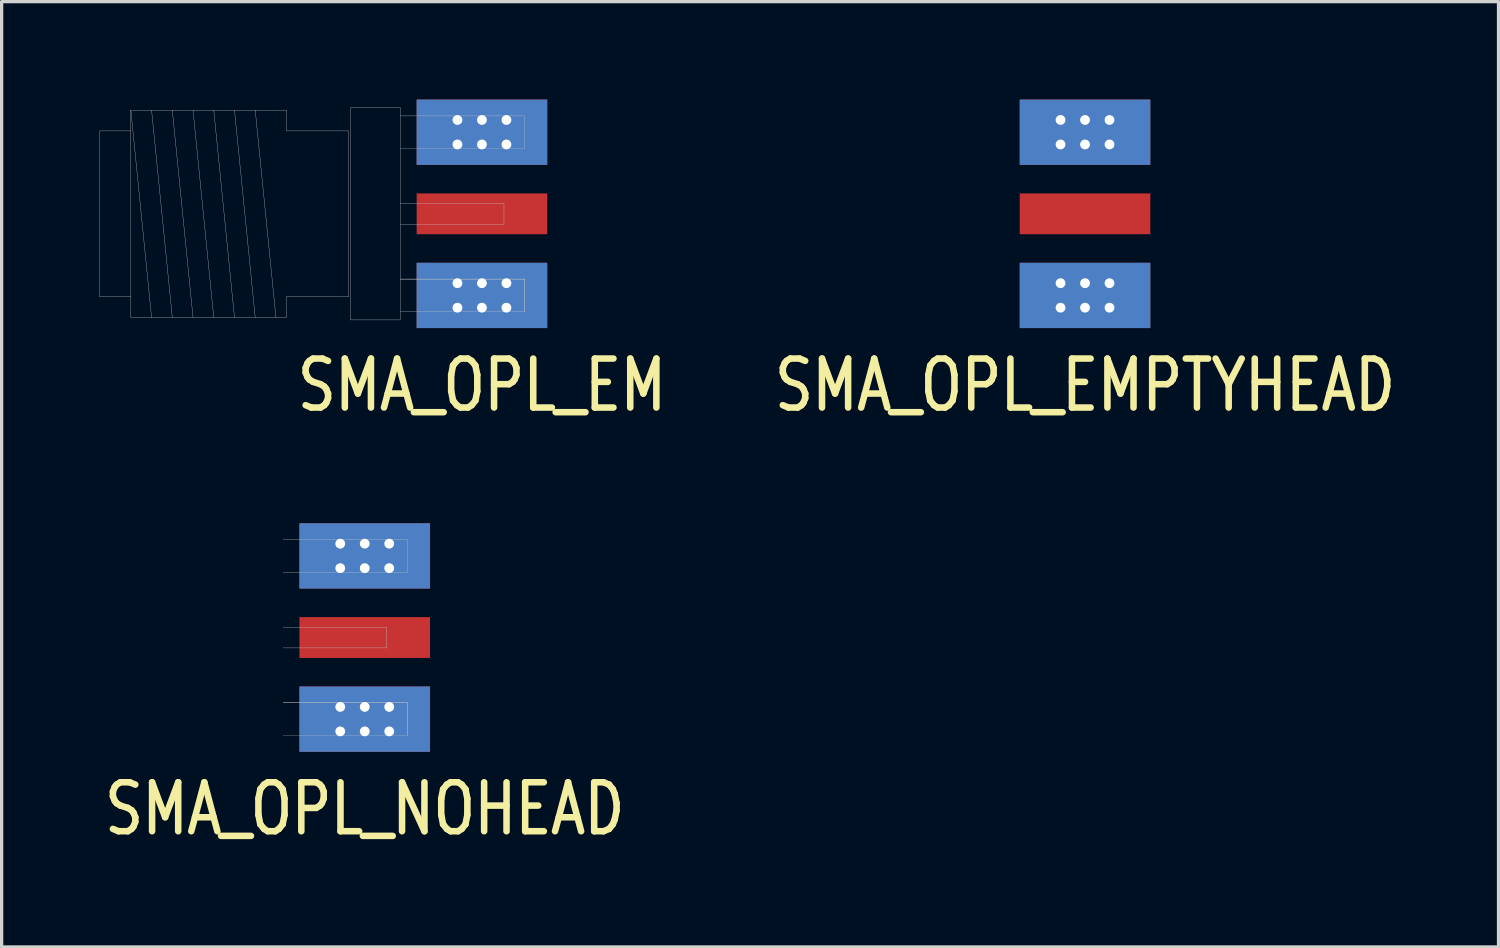
<source format=kicad_pcb>
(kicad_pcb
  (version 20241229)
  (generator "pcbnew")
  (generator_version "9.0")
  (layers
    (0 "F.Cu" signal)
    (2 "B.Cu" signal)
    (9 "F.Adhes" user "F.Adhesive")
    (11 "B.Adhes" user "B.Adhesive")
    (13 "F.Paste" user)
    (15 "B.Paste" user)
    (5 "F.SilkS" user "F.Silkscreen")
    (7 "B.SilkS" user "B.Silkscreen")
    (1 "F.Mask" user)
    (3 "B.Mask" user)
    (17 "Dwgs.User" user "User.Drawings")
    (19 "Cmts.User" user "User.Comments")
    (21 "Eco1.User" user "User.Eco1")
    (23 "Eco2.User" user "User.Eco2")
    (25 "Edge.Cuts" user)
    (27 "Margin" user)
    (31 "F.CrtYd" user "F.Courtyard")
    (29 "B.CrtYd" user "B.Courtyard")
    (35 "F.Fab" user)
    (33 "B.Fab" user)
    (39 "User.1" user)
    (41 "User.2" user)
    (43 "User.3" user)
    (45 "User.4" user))
  (footprint "SMA_OPL_NOHEAD"
    (layer "F.Cu")
    (at 5.623 16.479)
    (property "Reference" "SMA_OPL_NOHEAD" (at 2.5 5.25 0) (layer "F.SilkS") (effects (font (size 1.5 1.2) (thickness 0.2))))
    (attr through_hole)
    (fp_line (start 0 -3) (end 3.81 -3) (stroke (width 0.01) (type solid)) (layer "Dwgs.User"))
    (fp_line (start 0 -2) (end 3.81 -2) (stroke (width 0.01) (type solid)) (layer "Dwgs.User"))
    (fp_line (start 0 2) (end 3.81 2) (stroke (width 0.01) (type solid)) (layer "Dwgs.User"))
    (fp_line (start 0 2) (end 3.81 2) (stroke (width 0.01) (type solid)) (layer "Dwgs.User"))
    (fp_line (start 0 3) (end 3.81 3) (stroke (width 0.01) (type solid)) (layer "Dwgs.User"))
    (fp_line (start 3.175 -0.318) (end 0 -0.318) (stroke (width 0.01) (type solid)) (layer "Dwgs.User"))
    (fp_line (start 3.175 0.318) (end 0 0.318) (stroke (width 0.01) (type solid)) (layer "Dwgs.User"))
    (fp_line (start 3.175 0.318) (end 3.175 -0.318) (stroke (width 0.01) (type solid)) (layer "Dwgs.User"))
    (fp_line (start 3.81 -2) (end 3.81 -3) (stroke (width 0.01) (type solid)) (layer "Dwgs.User"))
    (fp_line (start 3.81 2) (end 3.81 3) (stroke (width 0.01) (type solid)) (layer "Dwgs.User"))
    (fp_line (start 3.81 2) (end 3.81 3) (stroke (width 0.01) (type solid)) (layer "Dwgs.User"))
    (pad "1" smd rect (at 2.5 0) (size 4 1.25) (layers "F.Cu" "F.Mask"))
    (pad "2" thru_hole circle (at 1.75 2.125) (size 0.4 0.4) (drill 0.3) (layers "*.Cu"))
    (pad "2" thru_hole circle (at 1.75 2.875) (size 0.4 0.4) (drill 0.3) (layers "*.Cu"))
    (pad "2" thru_hole circle (at 2.5 2.125) (size 0.4 0.4) (drill 0.3) (layers "*.Cu"))
    (pad "2" smd rect (at 2.5 2.5) (size 4 2) (layers "*.Cu" "*.Mask"))
    (pad "2" thru_hole circle (at 2.5 2.875) (size 0.4 0.4) (drill 0.3) (layers "*.Cu"))
    (pad "2" thru_hole circle (at 3.25 2.125) (size 0.4 0.4) (drill 0.3) (layers "*.Cu"))
    (pad "2" thru_hole circle (at 3.25 2.875) (size 0.4 0.4) (drill 0.3) (layers "*.Cu"))
    (pad "3" thru_hole circle (at 1.75 -2.875) (size 0.4 0.4) (drill 0.3) (layers "*.Cu"))
    (pad "3" thru_hole circle (at 1.75 -2.125) (size 0.4 0.4) (drill 0.3) (layers "*.Cu"))
    (pad "3" thru_hole circle (at 2.5 -2.875) (size 0.4 0.4) (drill 0.3) (layers "*.Cu"))
    (pad "3" smd rect (at 2.5 -2.5) (size 4 2) (layers "*.Cu" "*.Mask"))
    (pad "3" thru_hole circle (at 2.5 -2.125) (size 0.4 0.4) (drill 0.3) (layers "*.Cu"))
    (pad "3" thru_hole circle (at 3.25 -2.875) (size 0.4 0.4) (drill 0.3) (layers "*.Cu"))
    (pad "3" thru_hole circle (at 3.25 -2.125) (size 0.4 0.4) (drill 0.3) (layers "*.Cu")))
  (footprint "SMA_OPL_EMPTYHEAD"
    (layer "F.Cu")
    (at 27.687 3.5)
    (property "Reference" "SMA_OPL_EMPTYHEAD" (at 2.5 5.25 0) (layer "F.SilkS") (effects (font (size 1.5 1.2) (thickness 0.2))))
    (attr through_hole)
    (pad "1" smd rect (at 2.5 0) (size 4 1.25) (layers "F.Cu" "F.Mask"))
    (pad "2" thru_hole circle (at 1.75 2.125) (size 0.4 0.4) (drill 0.3) (layers "*.Cu"))
    (pad "2" thru_hole circle (at 1.75 2.875) (size 0.4 0.4) (drill 0.3) (layers "*.Cu"))
    (pad "2" thru_hole circle (at 2.5 2.125) (size 0.4 0.4) (drill 0.3) (layers "*.Cu"))
    (pad "2" smd rect (at 2.5 2.5) (size 4 2) (layers "*.Cu" "*.Mask"))
    (pad "2" thru_hole circle (at 2.5 2.875) (size 0.4 0.4) (drill 0.3) (layers "*.Cu"))
    (pad "2" thru_hole circle (at 3.25 2.125) (size 0.4 0.4) (drill 0.3) (layers "*.Cu"))
    (pad "2" thru_hole circle (at 3.25 2.875) (size 0.4 0.4) (drill 0.3) (layers "*.Cu"))
    (pad "3" thru_hole circle (at 1.75 -2.875) (size 0.4 0.4) (drill 0.3) (layers "*.Cu"))
    (pad "3" thru_hole circle (at 1.75 -2.125) (size 0.4 0.4) (drill 0.3) (layers "*.Cu"))
    (pad "3" thru_hole circle (at 2.5 -2.875) (size 0.4 0.4) (drill 0.3) (layers "*.Cu"))
    (pad "3" smd rect (at 2.5 -2.5) (size 4 2) (layers "*.Cu" "*.Mask"))
    (pad "3" thru_hole circle (at 2.5 -2.125) (size 0.4 0.4) (drill 0.3) (layers "*.Cu"))
    (pad "3" thru_hole circle (at 3.25 -2.875) (size 0.4 0.4) (drill 0.3) (layers "*.Cu"))
    (pad "3" thru_hole circle (at 3.25 -2.125) (size 0.4 0.4) (drill 0.3) (layers "*.Cu")))
  (footprint "SMA_OPL_EM"
    (layer "F.Cu")
    (at 9.213 3.5)
    (property "Reference" "SMA_OPL_EM" (at 2.5 5.25 0) (layer "F.SilkS") (effects (font (size 1.5 1.2) (thickness 0.2))))
    (attr through_hole)
    (fp_line (start -9.207 -2.54) (end -8.255 -2.54) (stroke (width 0.01) (type solid)) (layer "Dwgs.User"))
    (fp_line (start -9.207 2.54) (end -9.207 -2.54) (stroke (width 0.01) (type solid)) (layer "Dwgs.User"))
    (fp_line (start -8.255 -3.175) (end -7.62 -3.175) (stroke (width 0.01) (type solid)) (layer "Dwgs.User"))
    (fp_line (start -8.255 -3.175) (end -7.62 3.175) (stroke (width 0.01) (type solid)) (layer "Dwgs.User"))
    (fp_line (start -8.255 -2.54) (end -8.255 -3.175) (stroke (width 0.01) (type solid)) (layer "Dwgs.User"))
    (fp_line (start -8.255 -2.54) (end -8.255 2.54) (stroke (width 0.01) (type solid)) (layer "Dwgs.User"))
    (fp_line (start -8.255 2.54) (end -9.207 2.54) (stroke (width 0.01) (type solid)) (layer "Dwgs.User"))
    (fp_line (start -8.255 3.175) (end -8.255 2.54) (stroke (width 0.01) (type solid)) (layer "Dwgs.User"))
    (fp_line (start -7.62 -3.175) (end -6.985 -3.175) (stroke (width 0.01) (type solid)) (layer "Dwgs.User"))
    (fp_line (start -7.62 -3.175) (end -6.985 3.175) (stroke (width 0.01) (type solid)) (layer "Dwgs.User"))
    (fp_line (start -7.62 3.175) (end -8.255 3.175) (stroke (width 0.01) (type solid)) (layer "Dwgs.User"))
    (fp_line (start -6.985 -3.175) (end -6.35 -3.175) (stroke (width 0.01) (type solid)) (layer "Dwgs.User"))
    (fp_line (start -6.985 -3.175) (end -6.35 3.175) (stroke (width 0.01) (type solid)) (layer "Dwgs.User"))
    (fp_line (start -6.985 3.175) (end -7.62 3.175) (stroke (width 0.01) (type solid)) (layer "Dwgs.User"))
    (fp_line (start -6.35 -3.175) (end -5.715 -3.175) (stroke (width 0.01) (type solid)) (layer "Dwgs.User"))
    (fp_line (start -6.35 -3.175) (end -5.715 3.175) (stroke (width 0.01) (type solid)) (layer "Dwgs.User"))
    (fp_line (start -6.35 3.175) (end -6.985 3.175) (stroke (width 0.01) (type solid)) (layer "Dwgs.User"))
    (fp_line (start -5.715 -3.175) (end -5.08 -3.175) (stroke (width 0.01) (type solid)) (layer "Dwgs.User"))
    (fp_line (start -5.715 -3.175) (end -5.08 3.175) (stroke (width 0.01) (type solid)) (layer "Dwgs.User"))
    (fp_line (start -5.715 3.175) (end -6.35 3.175) (stroke (width 0.01) (type solid)) (layer "Dwgs.User"))
    (fp_line (start -5.08 -3.175) (end -4.445 -3.175) (stroke (width 0.01) (type solid)) (layer "Dwgs.User"))
    (fp_line (start -5.08 -3.175) (end -4.445 3.175) (stroke (width 0.01) (type solid)) (layer "Dwgs.User"))
    (fp_line (start -5.08 3.175) (end -5.715 3.175) (stroke (width 0.01) (type solid)) (layer "Dwgs.User"))
    (fp_line (start -4.445 -3.175) (end -3.81 3.175) (stroke (width 0.01) (type solid)) (layer "Dwgs.User"))
    (fp_line (start -4.445 -3.175) (end -3.493 -3.175) (stroke (width 0.01) (type solid)) (layer "Dwgs.User"))
    (fp_line (start -4.445 3.175) (end -5.08 3.175) (stroke (width 0.01) (type solid)) (layer "Dwgs.User"))
    (fp_line (start -3.493 -3.175) (end -3.493 -2.54) (stroke (width 0.01) (type solid)) (layer "Dwgs.User"))
    (fp_line (start -3.493 -2.54) (end -1.587 -2.54) (stroke (width 0.01) (type solid)) (layer "Dwgs.User"))
    (fp_line (start -3.493 2.54) (end -3.493 3.175) (stroke (width 0.01) (type solid)) (layer "Dwgs.User"))
    (fp_line (start -3.493 3.175) (end -4.445 3.175) (stroke (width 0.01) (type solid)) (layer "Dwgs.User"))
    (fp_line (start -1.587 -2.54) (end -1.587 2.54) (stroke (width 0.01) (type solid)) (layer "Dwgs.User"))
    (fp_line (start -1.587 2.54) (end -3.493 2.54) (stroke (width 0.01) (type solid)) (layer "Dwgs.User"))
    (fp_line (start -1.524 3.25) (end -1.524 -3.25) (stroke (width 0.01) (type solid)) (layer "Dwgs.User"))
    (fp_line (start 0 -3.25) (end -1.524 -3.25) (stroke (width 0.01) (type solid)) (layer "Dwgs.User"))
    (fp_line (start 0 -3) (end 3.81 -3) (stroke (width 0.01) (type solid)) (layer "Dwgs.User"))
    (fp_line (start 0 -2) (end 3.81 -2) (stroke (width 0.01) (type solid)) (layer "Dwgs.User"))
    (fp_line (start 0 2) (end 3.81 2) (stroke (width 0.01) (type solid)) (layer "Dwgs.User"))
    (fp_line (start 0 2) (end 3.81 2) (stroke (width 0.01) (type solid)) (layer "Dwgs.User"))
    (fp_line (start 0 3) (end 3.81 3) (stroke (width 0.01) (type solid)) (layer "Dwgs.User"))
    (fp_line (start 0 3.25) (end -1.524 3.25) (stroke (width 0.01) (type solid)) (layer "Dwgs.User"))
    (fp_line (start 0 3.25) (end 0 -3.25) (stroke (width 0.01) (type solid)) (layer "Dwgs.User"))
    (fp_line (start 3.175 -0.318) (end 0 -0.318) (stroke (width 0.01) (type solid)) (layer "Dwgs.User"))
    (fp_line (start 3.175 0.318) (end 0 0.318) (stroke (width 0.01) (type solid)) (layer "Dwgs.User"))
    (fp_line (start 3.175 0.318) (end 3.175 -0.318) (stroke (width 0.01) (type solid)) (layer "Dwgs.User"))
    (fp_line (start 3.81 -2) (end 3.81 -3) (stroke (width 0.01) (type solid)) (layer "Dwgs.User"))
    (fp_line (start 3.81 2) (end 3.81 3) (stroke (width 0.01) (type solid)) (layer "Dwgs.User"))
    (fp_line (start 3.81 2) (end 3.81 3) (stroke (width 0.01) (type solid)) (layer "Dwgs.User"))
    (pad "1" smd rect (at 2.5 0) (size 4 1.25) (layers "F.Cu" "F.Mask"))
    (pad "2" thru_hole circle (at 1.75 2.125) (size 0.4 0.4) (drill 0.3) (layers "*.Cu"))
    (pad "2" thru_hole circle (at 1.75 2.875) (size 0.4 0.4) (drill 0.3) (layers "*.Cu"))
    (pad "2" thru_hole circle (at 2.5 2.125) (size 0.4 0.4) (drill 0.3) (layers "*.Cu"))
    (pad "2" smd rect (at 2.5 2.5) (size 4 2) (layers "*.Cu" "*.Mask"))
    (pad "2" thru_hole circle (at 2.5 2.875) (size 0.4 0.4) (drill 0.3) (layers "*.Cu"))
    (pad "2" thru_hole circle (at 3.25 2.125) (size 0.4 0.4) (drill 0.3) (layers "*.Cu"))
    (pad "2" thru_hole circle (at 3.25 2.875) (size 0.4 0.4) (drill 0.3) (layers "*.Cu"))
    (pad "3" thru_hole circle (at 1.75 -2.875) (size 0.4 0.4) (drill 0.3) (layers "*.Cu"))
    (pad "3" thru_hole circle (at 1.75 -2.125) (size 0.4 0.4) (drill 0.3) (layers "*.Cu"))
    (pad "3" thru_hole circle (at 2.5 -2.875) (size 0.4 0.4) (drill 0.3) (layers "*.Cu"))
    (pad "3" smd rect (at 2.5 -2.5) (size 4 2) (layers "*.Cu" "*.Mask"))
    (pad "3" thru_hole circle (at 2.5 -2.125) (size 0.4 0.4) (drill 0.3) (layers "*.Cu"))
    (pad "3" thru_hole circle (at 3.25 -2.875) (size 0.4 0.4) (drill 0.3) (layers "*.Cu"))
    (pad "3" thru_hole circle (at 3.25 -2.125) (size 0.4 0.4) (drill 0.3) (layers "*.Cu")))
  (gr_rect
    (start -3 -3)
    (end 42.853 25.957)
    (stroke (width 0.1) (type default))
    (fill no)
    (layer "Edge.Cuts")))
</source>
